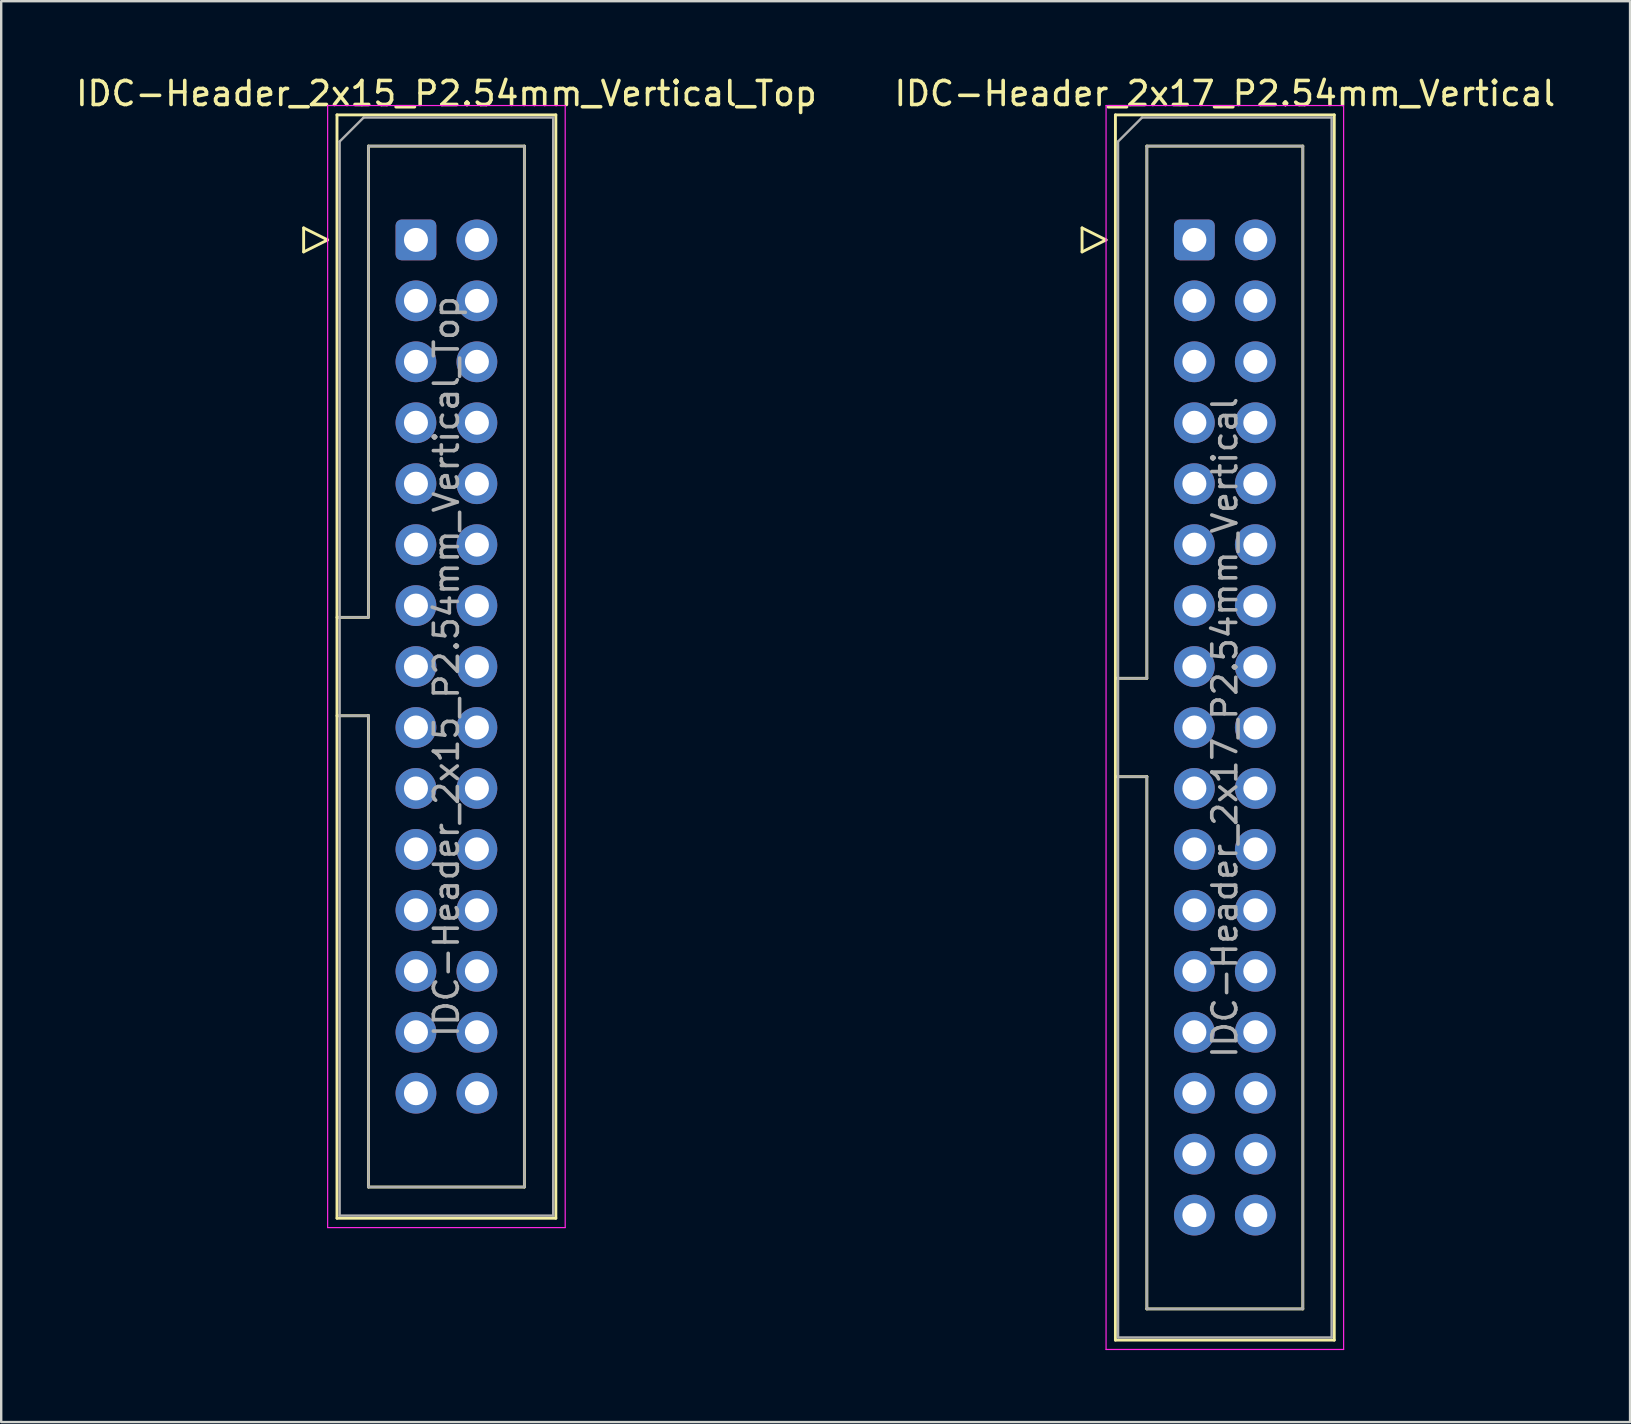
<source format=kicad_pcb>
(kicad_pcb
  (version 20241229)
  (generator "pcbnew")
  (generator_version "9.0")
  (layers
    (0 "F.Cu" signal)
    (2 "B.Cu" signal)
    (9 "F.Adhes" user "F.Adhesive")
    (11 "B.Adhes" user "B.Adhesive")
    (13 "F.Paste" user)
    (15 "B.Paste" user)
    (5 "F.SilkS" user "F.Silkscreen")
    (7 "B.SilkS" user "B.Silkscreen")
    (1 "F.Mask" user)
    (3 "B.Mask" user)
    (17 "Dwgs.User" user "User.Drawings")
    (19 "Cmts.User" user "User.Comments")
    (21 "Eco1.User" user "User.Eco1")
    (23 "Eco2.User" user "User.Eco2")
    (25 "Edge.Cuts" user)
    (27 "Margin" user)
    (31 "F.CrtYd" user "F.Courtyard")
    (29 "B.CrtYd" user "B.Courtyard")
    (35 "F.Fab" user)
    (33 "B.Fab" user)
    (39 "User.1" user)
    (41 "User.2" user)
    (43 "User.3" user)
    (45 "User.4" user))
  (footprint "IDC-Header_2x17_P2.54mm_Vertical"
    (layer "F.Cu")
    (at 46.724 6.948)
    (property "Reference" "IDC-Header_2x17_P2.54mm_Vertical" (at 1.27 -6.1 0) (layer "F.SilkS") (effects (font (size 1 1) (thickness 0.15))))
    (attr through_hole)
    (fp_line (start -4.68 -0.5) (end -4.68 0.5) (stroke (width 0.12) (type solid)) (layer "F.SilkS"))
    (fp_line (start -4.68 0.5) (end -3.68 0) (stroke (width 0.12) (type solid)) (layer "F.SilkS"))
    (fp_line (start -3.68 0) (end -4.68 -0.5) (stroke (width 0.12) (type solid)) (layer "F.SilkS"))
    (fp_line (start -3.29 -5.21) (end 5.83 -5.21) (stroke (width 0.12) (type solid)) (layer "F.SilkS"))
    (fp_line (start -3.29 18.27) (end -1.98 18.27) (stroke (width 0.12) (type solid)) (layer "F.SilkS"))
    (fp_line (start -3.29 45.85) (end -3.29 -5.21) (stroke (width 0.12) (type solid)) (layer "F.SilkS"))
    (fp_line (start -1.98 -3.91) (end 4.52 -3.91) (stroke (width 0.12) (type solid)) (layer "F.SilkS"))
    (fp_line (start -1.98 18.27) (end -1.98 -3.91) (stroke (width 0.12) (type solid)) (layer "F.SilkS"))
    (fp_line (start -1.98 22.37) (end -3.29 22.37) (stroke (width 0.12) (type solid)) (layer "F.SilkS"))
    (fp_line (start -1.98 22.37) (end -1.98 22.37) (stroke (width 0.12) (type solid)) (layer "F.SilkS"))
    (fp_line (start -1.98 44.55) (end -1.98 22.37) (stroke (width 0.12) (type solid)) (layer "F.SilkS"))
    (fp_line (start 4.52 -3.91) (end 4.52 44.55) (stroke (width 0.12) (type solid)) (layer "F.SilkS"))
    (fp_line (start 4.52 44.55) (end -1.98 44.55) (stroke (width 0.12) (type solid)) (layer "F.SilkS"))
    (fp_line (start 5.83 -5.21) (end 5.83 45.85) (stroke (width 0.12) (type solid)) (layer "F.SilkS"))
    (fp_line (start 5.83 45.85) (end -3.29 45.85) (stroke (width 0.12) (type solid)) (layer "F.SilkS"))
    (fp_line (start -3.68 -5.6) (end -3.68 46.24) (stroke (width 0.05) (type solid)) (layer "F.CrtYd"))
    (fp_line (start -3.68 46.24) (end 6.22 46.24) (stroke (width 0.05) (type solid)) (layer "F.CrtYd"))
    (fp_line (start 6.22 -5.6) (end -3.68 -5.6) (stroke (width 0.05) (type solid)) (layer "F.CrtYd"))
    (fp_line (start 6.22 46.24) (end 6.22 -5.6) (stroke (width 0.05) (type solid)) (layer "F.CrtYd"))
    (fp_line (start -3.18 -4.1) (end -2.18 -5.1) (stroke (width 0.1) (type solid)) (layer "F.Fab"))
    (fp_line (start -3.18 18.27) (end -1.98 18.27) (stroke (width 0.1) (type solid)) (layer "F.Fab"))
    (fp_line (start -3.18 45.74) (end -3.18 -4.1) (stroke (width 0.1) (type solid)) (layer "F.Fab"))
    (fp_line (start -2.18 -5.1) (end 5.72 -5.1) (stroke (width 0.1) (type solid)) (layer "F.Fab"))
    (fp_line (start -1.98 -3.91) (end 4.52 -3.91) (stroke (width 0.1) (type solid)) (layer "F.Fab"))
    (fp_line (start -1.98 18.27) (end -1.98 -3.91) (stroke (width 0.1) (type solid)) (layer "F.Fab"))
    (fp_line (start -1.98 22.37) (end -3.18 22.37) (stroke (width 0.1) (type solid)) (layer "F.Fab"))
    (fp_line (start -1.98 22.37) (end -1.98 22.37) (stroke (width 0.1) (type solid)) (layer "F.Fab"))
    (fp_line (start -1.98 44.55) (end -1.98 22.37) (stroke (width 0.1) (type solid)) (layer "F.Fab"))
    (fp_line (start 4.52 -3.91) (end 4.52 44.55) (stroke (width 0.1) (type solid)) (layer "F.Fab"))
    (fp_line (start 4.52 44.55) (end -1.98 44.55) (stroke (width 0.1) (type solid)) (layer "F.Fab"))
    (fp_line (start 5.72 -5.1) (end 5.72 45.74) (stroke (width 0.1) (type solid)) (layer "F.Fab"))
    (fp_line (start 5.72 45.74) (end -3.18 45.74) (stroke (width 0.1) (type solid)) (layer "F.Fab"))
    (fp_text user "${REFERENCE}" (at 1.27 20.32 90) (layer "F.Fab") (effects (font (size 1 1) (thickness 0.15))))
    (pad "1" thru_hole roundrect (at 0 0) (size 1.7 1.7) (drill 1) (layers "*.Cu" "*.Mask") (roundrect_rratio 0.147))
    (pad "2" thru_hole circle (at 2.54 0) (size 1.7 1.7) (drill 1) (layers "*.Cu" "*.Mask"))
    (pad "3" thru_hole circle (at 0 2.54) (size 1.7 1.7) (drill 1) (layers "*.Cu" "*.Mask"))
    (pad "4" thru_hole circle (at 2.54 2.54) (size 1.7 1.7) (drill 1) (layers "*.Cu" "*.Mask"))
    (pad "5" thru_hole circle (at 0 5.08) (size 1.7 1.7) (drill 1) (layers "*.Cu" "*.Mask"))
    (pad "6" thru_hole circle (at 2.54 5.08) (size 1.7 1.7) (drill 1) (layers "*.Cu" "*.Mask"))
    (pad "7" thru_hole circle (at 0 7.62) (size 1.7 1.7) (drill 1) (layers "*.Cu" "*.Mask"))
    (pad "8" thru_hole circle (at 2.54 7.62) (size 1.7 1.7) (drill 1) (layers "*.Cu" "*.Mask"))
    (pad "9" thru_hole circle (at 0 10.16) (size 1.7 1.7) (drill 1) (layers "*.Cu" "*.Mask"))
    (pad "10" thru_hole circle (at 2.54 10.16) (size 1.7 1.7) (drill 1) (layers "*.Cu" "*.Mask"))
    (pad "11" thru_hole circle (at 0 12.7) (size 1.7 1.7) (drill 1) (layers "*.Cu" "*.Mask"))
    (pad "12" thru_hole circle (at 2.54 12.7) (size 1.7 1.7) (drill 1) (layers "*.Cu" "*.Mask"))
    (pad "13" thru_hole circle (at 0 15.24) (size 1.7 1.7) (drill 1) (layers "*.Cu" "*.Mask"))
    (pad "14" thru_hole circle (at 2.54 15.24) (size 1.7 1.7) (drill 1) (layers "*.Cu" "*.Mask"))
    (pad "15" thru_hole circle (at 0 17.78) (size 1.7 1.7) (drill 1) (layers "*.Cu" "*.Mask"))
    (pad "16" thru_hole circle (at 2.54 17.78) (size 1.7 1.7) (drill 1) (layers "*.Cu" "*.Mask"))
    (pad "17" thru_hole circle (at 0 20.32) (size 1.7 1.7) (drill 1) (layers "*.Cu" "*.Mask"))
    (pad "18" thru_hole circle (at 2.54 20.32) (size 1.7 1.7) (drill 1) (layers "*.Cu" "*.Mask"))
    (pad "19" thru_hole circle (at 0 22.86) (size 1.7 1.7) (drill 1) (layers "*.Cu" "*.Mask"))
    (pad "20" thru_hole circle (at 2.54 22.86) (size 1.7 1.7) (drill 1) (layers "*.Cu" "*.Mask"))
    (pad "21" thru_hole circle (at 0 25.4) (size 1.7 1.7) (drill 1) (layers "*.Cu" "*.Mask"))
    (pad "22" thru_hole circle (at 2.54 25.4) (size 1.7 1.7) (drill 1) (layers "*.Cu" "*.Mask"))
    (pad "23" thru_hole circle (at 0 27.94) (size 1.7 1.7) (drill 1) (layers "*.Cu" "*.Mask"))
    (pad "24" thru_hole circle (at 2.54 27.94) (size 1.7 1.7) (drill 1) (layers "*.Cu" "*.Mask"))
    (pad "25" thru_hole circle (at 0 30.48) (size 1.7 1.7) (drill 1) (layers "*.Cu" "*.Mask"))
    (pad "26" thru_hole circle (at 2.54 30.48) (size 1.7 1.7) (drill 1) (layers "*.Cu" "*.Mask"))
    (pad "27" thru_hole circle (at 0 33.02) (size 1.7 1.7) (drill 1) (layers "*.Cu" "*.Mask"))
    (pad "28" thru_hole circle (at 2.54 33.02) (size 1.7 1.7) (drill 1) (layers "*.Cu" "*.Mask"))
    (pad "29" thru_hole circle (at 0 35.56) (size 1.7 1.7) (drill 1) (layers "*.Cu" "*.Mask"))
    (pad "30" thru_hole circle (at 2.54 35.56) (size 1.7 1.7) (drill 1) (layers "*.Cu" "*.Mask"))
    (pad "31" thru_hole circle (at 0 38.1) (size 1.7 1.7) (drill 1) (layers "*.Cu" "*.Mask"))
    (pad "32" thru_hole circle (at 2.54 38.1) (size 1.7 1.7) (drill 1) (layers "*.Cu" "*.Mask"))
    (pad "33" thru_hole circle (at 0 40.64) (size 1.7 1.7) (drill 1) (layers "*.Cu" "*.Mask"))
    (pad "34" thru_hole circle (at 2.54 40.64) (size 1.7 1.7) (drill 1) (layers "*.Cu" "*.Mask")))
  (footprint "IDC-Header_2x15_P2.54mm_Vertical_Top"
    (layer "F.Cu")
    (at 14.284 6.948)
    (property "Reference" "IDC-Header_2x15_P2.54mm_Vertical_Top" (at 1.27 -6.1 0) (layer "F.SilkS") (effects (font (size 1 1) (thickness 0.15))))
    (attr through_hole)
    (fp_line (start -4.68 -0.5) (end -4.68 0.5) (stroke (width 0.12) (type solid)) (layer "F.SilkS"))
    (fp_line (start -4.68 0.5) (end -3.68 0) (stroke (width 0.12) (type solid)) (layer "F.SilkS"))
    (fp_line (start -3.68 0) (end -4.68 -0.5) (stroke (width 0.12) (type solid)) (layer "F.SilkS"))
    (fp_line (start -3.29 -5.21) (end 5.83 -5.21) (stroke (width 0.12) (type solid)) (layer "F.SilkS"))
    (fp_line (start -3.29 15.73) (end -1.98 15.73) (stroke (width 0.12) (type solid)) (layer "F.SilkS"))
    (fp_line (start -3.29 40.77) (end -3.29 -5.21) (stroke (width 0.12) (type solid)) (layer "F.SilkS"))
    (fp_line (start -1.98 -3.91) (end 4.52 -3.91) (stroke (width 0.12) (type solid)) (layer "F.SilkS"))
    (fp_line (start -1.98 15.73) (end -1.98 -3.91) (stroke (width 0.12) (type solid)) (layer "F.SilkS"))
    (fp_line (start -1.98 19.83) (end -3.29 19.83) (stroke (width 0.12) (type solid)) (layer "F.SilkS"))
    (fp_line (start -1.98 19.83) (end -1.98 19.83) (stroke (width 0.12) (type solid)) (layer "F.SilkS"))
    (fp_line (start -1.98 19.83) (end -1.98 19.83) (stroke (width 0.12) (type solid)) (layer "F.SilkS"))
    (fp_line (start -1.98 39.47) (end -1.98 19.83) (stroke (width 0.12) (type solid)) (layer "F.SilkS"))
    (fp_line (start 4.52 -3.91) (end 4.52 39.47) (stroke (width 0.12) (type solid)) (layer "F.SilkS"))
    (fp_line (start 4.52 39.47) (end -1.98 39.47) (stroke (width 0.12) (type solid)) (layer "F.SilkS"))
    (fp_line (start 5.83 -5.21) (end 5.83 40.77) (stroke (width 0.12) (type solid)) (layer "F.SilkS"))
    (fp_line (start 5.83 40.77) (end -3.29 40.77) (stroke (width 0.12) (type solid)) (layer "F.SilkS"))
    (fp_line (start -3.68 -5.6) (end -3.68 41.16) (stroke (width 0.05) (type solid)) (layer "F.CrtYd"))
    (fp_line (start -3.68 41.16) (end 6.22 41.16) (stroke (width 0.05) (type solid)) (layer "F.CrtYd"))
    (fp_line (start 6.22 -5.6) (end -3.68 -5.6) (stroke (width 0.05) (type solid)) (layer "F.CrtYd"))
    (fp_line (start 6.22 41.16) (end 6.22 -5.6) (stroke (width 0.05) (type solid)) (layer "F.CrtYd"))
    (fp_line (start -3.18 -4.1) (end -2.18 -5.1) (stroke (width 0.1) (type solid)) (layer "F.Fab"))
    (fp_line (start -3.18 15.73) (end -1.98 15.73) (stroke (width 0.1) (type solid)) (layer "F.Fab"))
    (fp_line (start -3.18 40.66) (end -3.18 -4.1) (stroke (width 0.1) (type solid)) (layer "F.Fab"))
    (fp_line (start -2.18 -5.1) (end 5.72 -5.1) (stroke (width 0.1) (type solid)) (layer "F.Fab"))
    (fp_line (start -1.98 -3.91) (end 4.52 -3.91) (stroke (width 0.1) (type solid)) (layer "F.Fab"))
    (fp_line (start -1.98 15.73) (end -1.98 -3.91) (stroke (width 0.1) (type solid)) (layer "F.Fab"))
    (fp_line (start -1.98 19.83) (end -3.18 19.83) (stroke (width 0.1) (type solid)) (layer "F.Fab"))
    (fp_line (start -1.98 19.83) (end -1.98 19.83) (stroke (width 0.1) (type solid)) (layer "F.Fab"))
    (fp_line (start -1.98 39.47) (end -1.98 19.83) (stroke (width 0.1) (type solid)) (layer "F.Fab"))
    (fp_line (start 4.52 -3.91) (end 4.52 39.47) (stroke (width 0.1) (type solid)) (layer "F.Fab"))
    (fp_line (start 4.52 39.47) (end -1.98 39.47) (stroke (width 0.1) (type solid)) (layer "F.Fab"))
    (fp_line (start 5.72 -5.1) (end 5.72 40.66) (stroke (width 0.1) (type solid)) (layer "F.Fab"))
    (fp_line (start 5.72 40.66) (end -3.18 40.66) (stroke (width 0.1) (type solid)) (layer "F.Fab"))
    (fp_text user "${REFERENCE}" (at 1.27 17.78 90) (layer "F.Fab") (effects (font (size 1 1) (thickness 0.15))))
    (pad "1" thru_hole roundrect (at 0 0) (size 1.7 1.7) (drill 1) (layers "*.Cu" "B.Mask") (roundrect_rratio 0.147))
    (pad "2" thru_hole circle (at 2.54 0) (size 1.7 1.7) (drill 1) (layers "*.Cu" "B.Mask"))
    (pad "3" thru_hole circle (at 0 2.54) (size 1.7 1.7) (drill 1) (layers "*.Cu" "B.Mask"))
    (pad "4" thru_hole circle (at 2.54 2.54) (size 1.7 1.7) (drill 1) (layers "*.Cu" "B.Mask"))
    (pad "5" thru_hole circle (at 0 5.08) (size 1.7 1.7) (drill 1) (layers "*.Cu" "B.Mask"))
    (pad "6" thru_hole circle (at 2.54 5.08) (size 1.7 1.7) (drill 1) (layers "*.Cu" "B.Mask"))
    (pad "7" thru_hole circle (at 0 7.62) (size 1.7 1.7) (drill 1) (layers "*.Cu" "B.Mask"))
    (pad "8" thru_hole circle (at 2.54 7.62) (size 1.7 1.7) (drill 1) (layers "*.Cu" "B.Mask"))
    (pad "9" thru_hole circle (at 0 10.16) (size 1.7 1.7) (drill 1) (layers "*.Cu" "B.Mask"))
    (pad "10" thru_hole circle (at 2.54 10.16) (size 1.7 1.7) (drill 1) (layers "*.Cu" "B.Mask"))
    (pad "11" thru_hole circle (at 0 12.7) (size 1.7 1.7) (drill 1) (layers "*.Cu" "B.Mask"))
    (pad "12" thru_hole circle (at 2.54 12.7) (size 1.7 1.7) (drill 1) (layers "*.Cu" "B.Mask"))
    (pad "13" thru_hole circle (at 0 15.24) (size 1.7 1.7) (drill 1) (layers "*.Cu" "B.Mask"))
    (pad "14" thru_hole circle (at 2.54 15.24) (size 1.7 1.7) (drill 1) (layers "*.Cu" "B.Mask"))
    (pad "15" thru_hole circle (at 0 17.78) (size 1.7 1.7) (drill 1) (layers "*.Cu" "B.Mask"))
    (pad "16" thru_hole circle (at 2.54 17.78) (size 1.7 1.7) (drill 1) (layers "*.Cu" "B.Mask"))
    (pad "17" thru_hole circle (at 0 20.32) (size 1.7 1.7) (drill 1) (layers "*.Cu" "B.Mask"))
    (pad "18" thru_hole circle (at 2.54 20.32) (size 1.7 1.7) (drill 1) (layers "*.Cu" "B.Mask"))
    (pad "19" thru_hole circle (at 0 22.86) (size 1.7 1.7) (drill 1) (layers "*.Cu" "B.Mask"))
    (pad "20" thru_hole circle (at 2.54 22.86) (size 1.7 1.7) (drill 1) (layers "*.Cu" "B.Mask"))
    (pad "21" thru_hole circle (at 0 25.4) (size 1.7 1.7) (drill 1) (layers "*.Cu" "B.Mask"))
    (pad "22" thru_hole circle (at 2.54 25.4) (size 1.7 1.7) (drill 1) (layers "*.Cu" "B.Mask"))
    (pad "23" thru_hole circle (at 0 27.94) (size 1.7 1.7) (drill 1) (layers "*.Cu" "B.Mask"))
    (pad "24" thru_hole circle (at 2.54 27.94) (size 1.7 1.7) (drill 1) (layers "*.Cu" "B.Mask"))
    (pad "25" thru_hole circle (at 0 30.48) (size 1.7 1.7) (drill 1) (layers "*.Cu" "B.Mask"))
    (pad "26" thru_hole circle (at 2.54 30.48) (size 1.7 1.7) (drill 1) (layers "*.Cu" "B.Mask"))
    (pad "27" thru_hole circle (at 0 33.02) (size 1.7 1.7) (drill 1) (layers "*.Cu" "B.Mask"))
    (pad "28" thru_hole circle (at 2.54 33.02) (size 1.7 1.7) (drill 1) (layers "*.Cu" "B.Mask"))
    (pad "29" thru_hole circle (at 0 35.56) (size 1.7 1.7) (drill 1) (layers "*.Cu" "B.Mask"))
    (pad "30" thru_hole circle (at 2.54 35.56) (size 1.7 1.7) (drill 1) (layers "*.Cu" "B.Mask")))
  (gr_rect
    (start -3 -3)
    (end 64.881 56.213)
    (stroke (width 0.1) (type default))
    (fill no)
    (layer "Edge.Cuts")))
</source>
